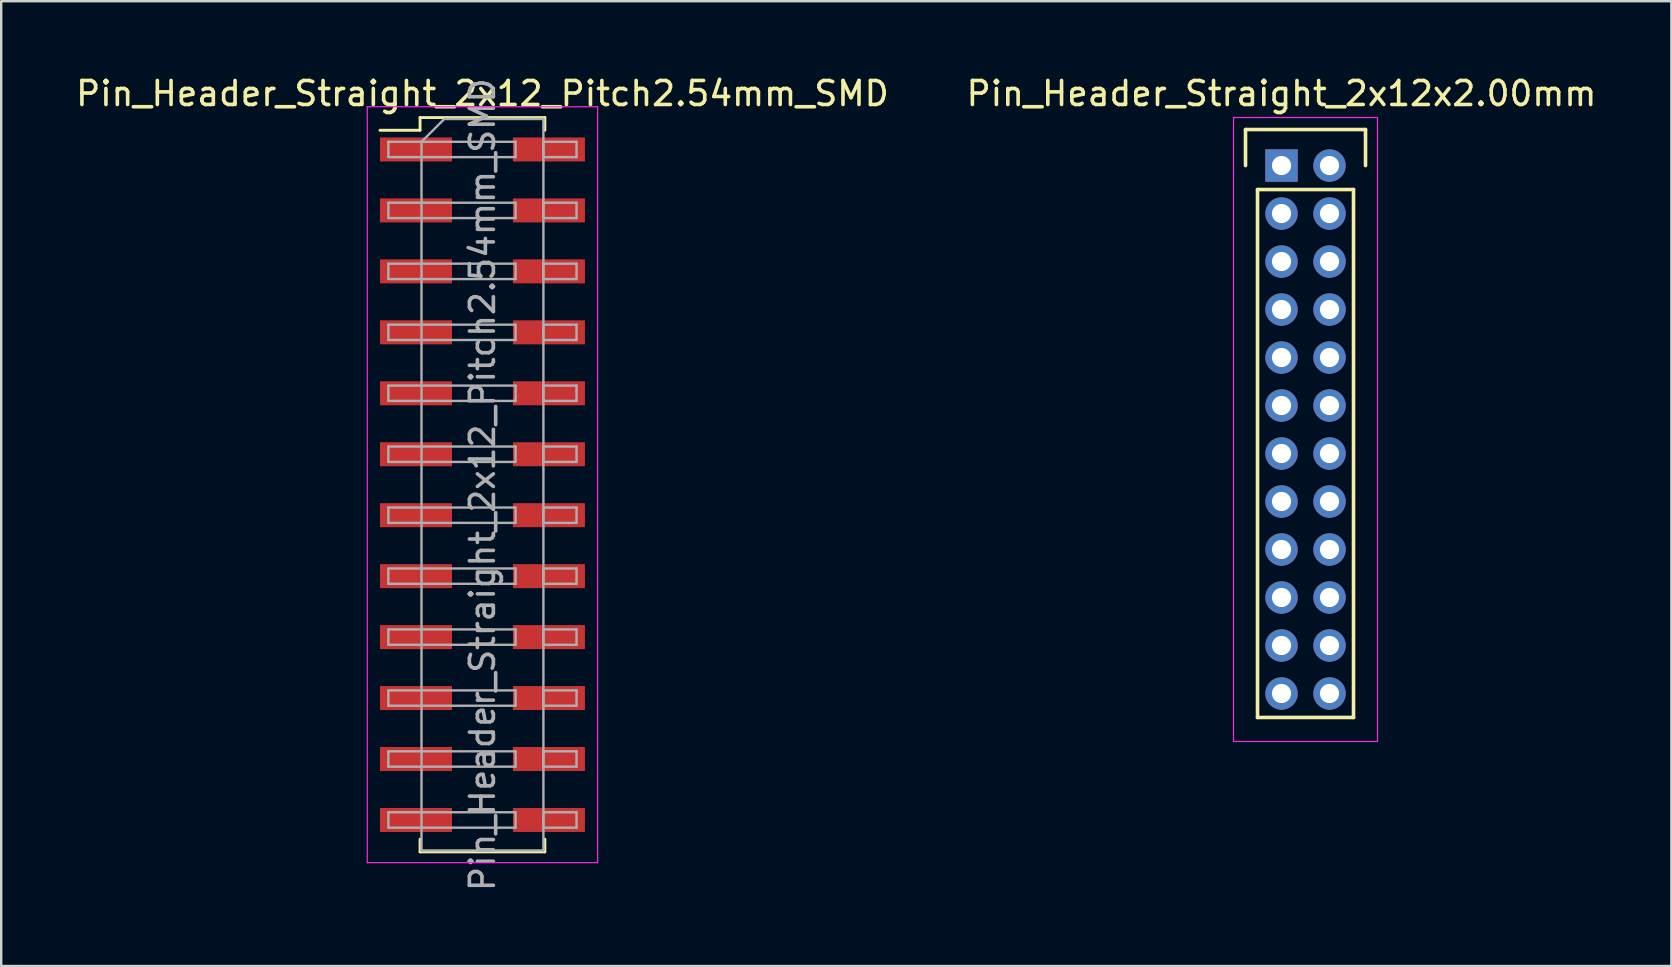
<source format=kicad_pcb>
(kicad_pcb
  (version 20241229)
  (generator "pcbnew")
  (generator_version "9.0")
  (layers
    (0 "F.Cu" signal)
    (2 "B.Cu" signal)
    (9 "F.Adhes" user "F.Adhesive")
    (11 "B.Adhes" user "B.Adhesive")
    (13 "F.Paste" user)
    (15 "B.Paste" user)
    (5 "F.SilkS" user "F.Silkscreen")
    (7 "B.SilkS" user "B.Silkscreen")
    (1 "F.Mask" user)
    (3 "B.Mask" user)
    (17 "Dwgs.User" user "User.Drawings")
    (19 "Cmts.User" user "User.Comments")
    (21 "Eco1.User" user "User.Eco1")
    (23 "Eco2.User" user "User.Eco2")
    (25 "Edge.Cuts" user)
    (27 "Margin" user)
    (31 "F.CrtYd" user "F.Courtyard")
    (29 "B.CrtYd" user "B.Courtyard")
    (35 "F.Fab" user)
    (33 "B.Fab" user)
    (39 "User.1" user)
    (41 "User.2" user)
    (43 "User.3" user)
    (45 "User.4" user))
  (footprint "Pin_Header_Straight_2x12_Pitch2.54mm_SMD"
    (layer "F.Cu")
    (at 17.054 17.148)
    (property "Reference" "Pin_Header_Straight_2x12_Pitch2.54mm_SMD" (at 0 -16.3 0) (layer "F.SilkS") (effects (font (size 1 1) (thickness 0.15))))
    (attr smd)
    (fp_line (start -4.27 -14.77) (end -2.6 -14.77) (stroke (width 0.12) (type solid)) (layer "F.SilkS"))
    (fp_line (start -2.6 -15.3) (end 2.6 -15.3) (stroke (width 0.12) (type solid)) (layer "F.SilkS"))
    (fp_line (start -2.6 -14.77) (end -2.6 -15.3) (stroke (width 0.12) (type solid)) (layer "F.SilkS"))
    (fp_line (start -2.6 14.77) (end -2.6 15.3) (stroke (width 0.12) (type solid)) (layer "F.SilkS"))
    (fp_line (start -2.6 15.3) (end 2.6 15.3) (stroke (width 0.12) (type solid)) (layer "F.SilkS"))
    (fp_line (start 2.6 -15.3) (end 2.6 -14.77) (stroke (width 0.12) (type solid)) (layer "F.SilkS"))
    (fp_line (start 2.6 15.3) (end 2.6 14.77) (stroke (width 0.12) (type solid)) (layer "F.SilkS"))
    (fp_line (start -4.8 -15.75) (end -4.8 15.75) (stroke (width 0.05) (type solid)) (layer "F.CrtYd"))
    (fp_line (start -4.8 15.75) (end 4.8 15.75) (stroke (width 0.05) (type solid)) (layer "F.CrtYd"))
    (fp_line (start 4.8 -15.75) (end -4.8 -15.75) (stroke (width 0.05) (type solid)) (layer "F.CrtYd"))
    (fp_line (start 4.8 15.75) (end 4.8 -15.75) (stroke (width 0.05) (type solid)) (layer "F.CrtYd"))
    (fp_line (start -3.92 -14.29) (end -3.92 -13.65) (stroke (width 0.1) (type solid)) (layer "F.Fab"))
    (fp_line (start -3.92 -13.65) (end -2.54 -13.65) (stroke (width 0.1) (type solid)) (layer "F.Fab"))
    (fp_line (start -3.92 -11.75) (end -3.92 -11.11) (stroke (width 0.1) (type solid)) (layer "F.Fab"))
    (fp_line (start -3.92 -11.11) (end -2.54 -11.11) (stroke (width 0.1) (type solid)) (layer "F.Fab"))
    (fp_line (start -3.92 -9.21) (end -3.92 -8.57) (stroke (width 0.1) (type solid)) (layer "F.Fab"))
    (fp_line (start -3.92 -8.57) (end -2.54 -8.57) (stroke (width 0.1) (type solid)) (layer "F.Fab"))
    (fp_line (start -3.92 -6.67) (end -3.92 -6.03) (stroke (width 0.1) (type solid)) (layer "F.Fab"))
    (fp_line (start -3.92 -6.03) (end -2.54 -6.03) (stroke (width 0.1) (type solid)) (layer "F.Fab"))
    (fp_line (start -3.92 -4.13) (end -3.92 -3.49) (stroke (width 0.1) (type solid)) (layer "F.Fab"))
    (fp_line (start -3.92 -3.49) (end -2.54 -3.49) (stroke (width 0.1) (type solid)) (layer "F.Fab"))
    (fp_line (start -3.92 -1.59) (end -3.92 -0.95) (stroke (width 0.1) (type solid)) (layer "F.Fab"))
    (fp_line (start -3.92 -0.95) (end -2.54 -0.95) (stroke (width 0.1) (type solid)) (layer "F.Fab"))
    (fp_line (start -3.92 0.95) (end -3.92 1.59) (stroke (width 0.1) (type solid)) (layer "F.Fab"))
    (fp_line (start -3.92 1.59) (end -2.54 1.59) (stroke (width 0.1) (type solid)) (layer "F.Fab"))
    (fp_line (start -3.92 3.49) (end -3.92 4.13) (stroke (width 0.1) (type solid)) (layer "F.Fab"))
    (fp_line (start -3.92 4.13) (end -2.54 4.13) (stroke (width 0.1) (type solid)) (layer "F.Fab"))
    (fp_line (start -3.92 6.03) (end -3.92 6.67) (stroke (width 0.1) (type solid)) (layer "F.Fab"))
    (fp_line (start -3.92 6.67) (end -2.54 6.67) (stroke (width 0.1) (type solid)) (layer "F.Fab"))
    (fp_line (start -3.92 8.57) (end -3.92 9.21) (stroke (width 0.1) (type solid)) (layer "F.Fab"))
    (fp_line (start -3.92 9.21) (end -2.54 9.21) (stroke (width 0.1) (type solid)) (layer "F.Fab"))
    (fp_line (start -3.92 11.11) (end -3.92 11.75) (stroke (width 0.1) (type solid)) (layer "F.Fab"))
    (fp_line (start -3.92 11.75) (end -2.54 11.75) (stroke (width 0.1) (type solid)) (layer "F.Fab"))
    (fp_line (start -3.92 13.65) (end -3.92 14.29) (stroke (width 0.1) (type solid)) (layer "F.Fab"))
    (fp_line (start -3.92 14.29) (end -2.54 14.29) (stroke (width 0.1) (type solid)) (layer "F.Fab"))
    (fp_line (start -2.54 -14.29) (end -3.92 -14.29) (stroke (width 0.1) (type solid)) (layer "F.Fab"))
    (fp_line (start -2.54 -14.29) (end -1.59 -15.24) (stroke (width 0.1) (type solid)) (layer "F.Fab"))
    (fp_line (start -2.54 -14.29) (end 1.38 -14.29) (stroke (width 0.1) (type solid)) (layer "F.Fab"))
    (fp_line (start -2.54 -11.75) (end -3.92 -11.75) (stroke (width 0.1) (type solid)) (layer "F.Fab"))
    (fp_line (start -2.54 -11.75) (end 1.38 -11.75) (stroke (width 0.1) (type solid)) (layer "F.Fab"))
    (fp_line (start -2.54 -9.21) (end -3.92 -9.21) (stroke (width 0.1) (type solid)) (layer "F.Fab"))
    (fp_line (start -2.54 -9.21) (end 1.38 -9.21) (stroke (width 0.1) (type solid)) (layer "F.Fab"))
    (fp_line (start -2.54 -6.67) (end -3.92 -6.67) (stroke (width 0.1) (type solid)) (layer "F.Fab"))
    (fp_line (start -2.54 -6.67) (end 1.38 -6.67) (stroke (width 0.1) (type solid)) (layer "F.Fab"))
    (fp_line (start -2.54 -4.13) (end -3.92 -4.13) (stroke (width 0.1) (type solid)) (layer "F.Fab"))
    (fp_line (start -2.54 -4.13) (end 1.38 -4.13) (stroke (width 0.1) (type solid)) (layer "F.Fab"))
    (fp_line (start -2.54 -1.59) (end -3.92 -1.59) (stroke (width 0.1) (type solid)) (layer "F.Fab"))
    (fp_line (start -2.54 -1.59) (end 1.38 -1.59) (stroke (width 0.1) (type solid)) (layer "F.Fab"))
    (fp_line (start -2.54 0.95) (end -3.92 0.95) (stroke (width 0.1) (type solid)) (layer "F.Fab"))
    (fp_line (start -2.54 0.95) (end 1.38 0.95) (stroke (width 0.1) (type solid)) (layer "F.Fab"))
    (fp_line (start -2.54 3.49) (end -3.92 3.49) (stroke (width 0.1) (type solid)) (layer "F.Fab"))
    (fp_line (start -2.54 3.49) (end 1.38 3.49) (stroke (width 0.1) (type solid)) (layer "F.Fab"))
    (fp_line (start -2.54 6.03) (end -3.92 6.03) (stroke (width 0.1) (type solid)) (layer "F.Fab"))
    (fp_line (start -2.54 6.03) (end 1.38 6.03) (stroke (width 0.1) (type solid)) (layer "F.Fab"))
    (fp_line (start -2.54 8.57) (end -3.92 8.57) (stroke (width 0.1) (type solid)) (layer "F.Fab"))
    (fp_line (start -2.54 8.57) (end 1.38 8.57) (stroke (width 0.1) (type solid)) (layer "F.Fab"))
    (fp_line (start -2.54 11.11) (end -3.92 11.11) (stroke (width 0.1) (type solid)) (layer "F.Fab"))
    (fp_line (start -2.54 11.11) (end 1.38 11.11) (stroke (width 0.1) (type solid)) (layer "F.Fab"))
    (fp_line (start -2.54 13.65) (end -3.92 13.65) (stroke (width 0.1) (type solid)) (layer "F.Fab"))
    (fp_line (start -2.54 13.65) (end 1.38 13.65) (stroke (width 0.1) (type solid)) (layer "F.Fab"))
    (fp_line (start -2.54 15.24) (end -2.54 -14.29) (stroke (width 0.1) (type solid)) (layer "F.Fab"))
    (fp_line (start -1.59 -15.24) (end 2.54 -15.24) (stroke (width 0.1) (type solid)) (layer "F.Fab"))
    (fp_line (start 1.38 -14.29) (end 1.38 -13.65) (stroke (width 0.1) (type solid)) (layer "F.Fab"))
    (fp_line (start 1.38 -13.65) (end -2.54 -13.65) (stroke (width 0.1) (type solid)) (layer "F.Fab"))
    (fp_line (start 1.38 -11.75) (end 1.38 -11.11) (stroke (width 0.1) (type solid)) (layer "F.Fab"))
    (fp_line (start 1.38 -11.11) (end -2.54 -11.11) (stroke (width 0.1) (type solid)) (layer "F.Fab"))
    (fp_line (start 1.38 -9.21) (end 1.38 -8.57) (stroke (width 0.1) (type solid)) (layer "F.Fab"))
    (fp_line (start 1.38 -8.57) (end -2.54 -8.57) (stroke (width 0.1) (type solid)) (layer "F.Fab"))
    (fp_line (start 1.38 -6.67) (end 1.38 -6.03) (stroke (width 0.1) (type solid)) (layer "F.Fab"))
    (fp_line (start 1.38 -6.03) (end -2.54 -6.03) (stroke (width 0.1) (type solid)) (layer "F.Fab"))
    (fp_line (start 1.38 -4.13) (end 1.38 -3.49) (stroke (width 0.1) (type solid)) (layer "F.Fab"))
    (fp_line (start 1.38 -3.49) (end -2.54 -3.49) (stroke (width 0.1) (type solid)) (layer "F.Fab"))
    (fp_line (start 1.38 -1.59) (end 1.38 -0.95) (stroke (width 0.1) (type solid)) (layer "F.Fab"))
    (fp_line (start 1.38 -0.95) (end -2.54 -0.95) (stroke (width 0.1) (type solid)) (layer "F.Fab"))
    (fp_line (start 1.38 0.95) (end 1.38 1.59) (stroke (width 0.1) (type solid)) (layer "F.Fab"))
    (fp_line (start 1.38 1.59) (end -2.54 1.59) (stroke (width 0.1) (type solid)) (layer "F.Fab"))
    (fp_line (start 1.38 3.49) (end 1.38 4.13) (stroke (width 0.1) (type solid)) (layer "F.Fab"))
    (fp_line (start 1.38 4.13) (end -2.54 4.13) (stroke (width 0.1) (type solid)) (layer "F.Fab"))
    (fp_line (start 1.38 6.03) (end 1.38 6.67) (stroke (width 0.1) (type solid)) (layer "F.Fab"))
    (fp_line (start 1.38 6.67) (end -2.54 6.67) (stroke (width 0.1) (type solid)) (layer "F.Fab"))
    (fp_line (start 1.38 8.57) (end 1.38 9.21) (stroke (width 0.1) (type solid)) (layer "F.Fab"))
    (fp_line (start 1.38 9.21) (end -2.54 9.21) (stroke (width 0.1) (type solid)) (layer "F.Fab"))
    (fp_line (start 1.38 11.11) (end 1.38 11.75) (stroke (width 0.1) (type solid)) (layer "F.Fab"))
    (fp_line (start 1.38 11.75) (end -2.54 11.75) (stroke (width 0.1) (type solid)) (layer "F.Fab"))
    (fp_line (start 1.38 13.65) (end 1.38 14.29) (stroke (width 0.1) (type solid)) (layer "F.Fab"))
    (fp_line (start 1.38 14.29) (end -2.54 14.29) (stroke (width 0.1) (type solid)) (layer "F.Fab"))
    (fp_line (start 2.54 -15.24) (end 2.54 15.24) (stroke (width 0.1) (type solid)) (layer "F.Fab"))
    (fp_line (start 2.54 -14.29) (end 2.54 -13.65) (stroke (width 0.1) (type solid)) (layer "F.Fab"))
    (fp_line (start 2.54 -13.65) (end 3.92 -13.65) (stroke (width 0.1) (type solid)) (layer "F.Fab"))
    (fp_line (start 2.54 -11.75) (end 2.54 -11.11) (stroke (width 0.1) (type solid)) (layer "F.Fab"))
    (fp_line (start 2.54 -11.11) (end 3.92 -11.11) (stroke (width 0.1) (type solid)) (layer "F.Fab"))
    (fp_line (start 2.54 -9.21) (end 2.54 -8.57) (stroke (width 0.1) (type solid)) (layer "F.Fab"))
    (fp_line (start 2.54 -8.57) (end 3.92 -8.57) (stroke (width 0.1) (type solid)) (layer "F.Fab"))
    (fp_line (start 2.54 -6.67) (end 2.54 -6.03) (stroke (width 0.1) (type solid)) (layer "F.Fab"))
    (fp_line (start 2.54 -6.03) (end 3.92 -6.03) (stroke (width 0.1) (type solid)) (layer "F.Fab"))
    (fp_line (start 2.54 -4.13) (end 2.54 -3.49) (stroke (width 0.1) (type solid)) (layer "F.Fab"))
    (fp_line (start 2.54 -3.49) (end 3.92 -3.49) (stroke (width 0.1) (type solid)) (layer "F.Fab"))
    (fp_line (start 2.54 -1.59) (end 2.54 -0.95) (stroke (width 0.1) (type solid)) (layer "F.Fab"))
    (fp_line (start 2.54 -0.95) (end 3.92 -0.95) (stroke (width 0.1) (type solid)) (layer "F.Fab"))
    (fp_line (start 2.54 0.95) (end 2.54 1.59) (stroke (width 0.1) (type solid)) (layer "F.Fab"))
    (fp_line (start 2.54 1.59) (end 3.92 1.59) (stroke (width 0.1) (type solid)) (layer "F.Fab"))
    (fp_line (start 2.54 3.49) (end 2.54 4.13) (stroke (width 0.1) (type solid)) (layer "F.Fab"))
    (fp_line (start 2.54 4.13) (end 3.92 4.13) (stroke (width 0.1) (type solid)) (layer "F.Fab"))
    (fp_line (start 2.54 6.03) (end 2.54 6.67) (stroke (width 0.1) (type solid)) (layer "F.Fab"))
    (fp_line (start 2.54 6.67) (end 3.92 6.67) (stroke (width 0.1) (type solid)) (layer "F.Fab"))
    (fp_line (start 2.54 8.57) (end 2.54 9.21) (stroke (width 0.1) (type solid)) (layer "F.Fab"))
    (fp_line (start 2.54 9.21) (end 3.92 9.21) (stroke (width 0.1) (type solid)) (layer "F.Fab"))
    (fp_line (start 2.54 11.11) (end 2.54 11.75) (stroke (width 0.1) (type solid)) (layer "F.Fab"))
    (fp_line (start 2.54 11.75) (end 3.92 11.75) (stroke (width 0.1) (type solid)) (layer "F.Fab"))
    (fp_line (start 2.54 13.65) (end 2.54 14.29) (stroke (width 0.1) (type solid)) (layer "F.Fab"))
    (fp_line (start 2.54 14.29) (end 3.92 14.29) (stroke (width 0.1) (type solid)) (layer "F.Fab"))
    (fp_line (start 2.54 15.24) (end -2.54 15.24) (stroke (width 0.1) (type solid)) (layer "F.Fab"))
    (fp_line (start 3.92 -14.29) (end 2.54 -14.29) (stroke (width 0.1) (type solid)) (layer "F.Fab"))
    (fp_line (start 3.92 -13.65) (end 3.92 -14.29) (stroke (width 0.1) (type solid)) (layer "F.Fab"))
    (fp_line (start 3.92 -11.75) (end 2.54 -11.75) (stroke (width 0.1) (type solid)) (layer "F.Fab"))
    (fp_line (start 3.92 -11.11) (end 3.92 -11.75) (stroke (width 0.1) (type solid)) (layer "F.Fab"))
    (fp_line (start 3.92 -9.21) (end 2.54 -9.21) (stroke (width 0.1) (type solid)) (layer "F.Fab"))
    (fp_line (start 3.92 -8.57) (end 3.92 -9.21) (stroke (width 0.1) (type solid)) (layer "F.Fab"))
    (fp_line (start 3.92 -6.67) (end 2.54 -6.67) (stroke (width 0.1) (type solid)) (layer "F.Fab"))
    (fp_line (start 3.92 -6.03) (end 3.92 -6.67) (stroke (width 0.1) (type solid)) (layer "F.Fab"))
    (fp_line (start 3.92 -4.13) (end 2.54 -4.13) (stroke (width 0.1) (type solid)) (layer "F.Fab"))
    (fp_line (start 3.92 -3.49) (end 3.92 -4.13) (stroke (width 0.1) (type solid)) (layer "F.Fab"))
    (fp_line (start 3.92 -1.59) (end 2.54 -1.59) (stroke (width 0.1) (type solid)) (layer "F.Fab"))
    (fp_line (start 3.92 -0.95) (end 3.92 -1.59) (stroke (width 0.1) (type solid)) (layer "F.Fab"))
    (fp_line (start 3.92 0.95) (end 2.54 0.95) (stroke (width 0.1) (type solid)) (layer "F.Fab"))
    (fp_line (start 3.92 1.59) (end 3.92 0.95) (stroke (width 0.1) (type solid)) (layer "F.Fab"))
    (fp_line (start 3.92 3.49) (end 2.54 3.49) (stroke (width 0.1) (type solid)) (layer "F.Fab"))
    (fp_line (start 3.92 4.13) (end 3.92 3.49) (stroke (width 0.1) (type solid)) (layer "F.Fab"))
    (fp_line (start 3.92 6.03) (end 2.54 6.03) (stroke (width 0.1) (type solid)) (layer "F.Fab"))
    (fp_line (start 3.92 6.67) (end 3.92 6.03) (stroke (width 0.1) (type solid)) (layer "F.Fab"))
    (fp_line (start 3.92 8.57) (end 2.54 8.57) (stroke (width 0.1) (type solid)) (layer "F.Fab"))
    (fp_line (start 3.92 9.21) (end 3.92 8.57) (stroke (width 0.1) (type solid)) (layer "F.Fab"))
    (fp_line (start 3.92 11.11) (end 2.54 11.11) (stroke (width 0.1) (type solid)) (layer "F.Fab"))
    (fp_line (start 3.92 11.75) (end 3.92 11.11) (stroke (width 0.1) (type solid)) (layer "F.Fab"))
    (fp_line (start 3.92 13.65) (end 2.54 13.65) (stroke (width 0.1) (type solid)) (layer "F.Fab"))
    (fp_line (start 3.92 14.29) (end 3.92 13.65) (stroke (width 0.1) (type solid)) (layer "F.Fab"))
    (fp_text user "${REFERENCE}" (at 0 0 90) (layer "F.Fab") (effects (font (size 1 1) (thickness 0.15))))
    (pad "1" smd rect (at -2.77 -13.97) (size 3 1) (layers "F.Cu" "F.Mask" "F.Paste"))
    (pad "2" smd rect (at 2.77 -13.97) (size 3 1) (layers "F.Cu" "F.Mask" "F.Paste"))
    (pad "3" smd rect (at -2.77 -11.43) (size 3 1) (layers "F.Cu" "F.Mask" "F.Paste"))
    (pad "4" smd rect (at 2.77 -11.43) (size 3 1) (layers "F.Cu" "F.Mask" "F.Paste"))
    (pad "5" smd rect (at -2.77 -8.89) (size 3 1) (layers "F.Cu" "F.Mask" "F.Paste"))
    (pad "6" smd rect (at 2.77 -8.89) (size 3 1) (layers "F.Cu" "F.Mask" "F.Paste"))
    (pad "7" smd rect (at -2.77 -6.35) (size 3 1) (layers "F.Cu" "F.Mask" "F.Paste"))
    (pad "8" smd rect (at 2.77 -6.35) (size 3 1) (layers "F.Cu" "F.Mask" "F.Paste"))
    (pad "9" smd rect (at -2.77 -3.81) (size 3 1) (layers "F.Cu" "F.Mask" "F.Paste"))
    (pad "10" smd rect (at 2.77 -3.81) (size 3 1) (layers "F.Cu" "F.Mask" "F.Paste"))
    (pad "11" smd rect (at -2.77 -1.27) (size 3 1) (layers "F.Cu" "F.Mask" "F.Paste"))
    (pad "12" smd rect (at 2.77 -1.27) (size 3 1) (layers "F.Cu" "F.Mask" "F.Paste"))
    (pad "13" smd rect (at -2.77 1.27) (size 3 1) (layers "F.Cu" "F.Mask" "F.Paste"))
    (pad "14" smd rect (at 2.77 1.27) (size 3 1) (layers "F.Cu" "F.Mask" "F.Paste"))
    (pad "15" smd rect (at -2.77 3.81) (size 3 1) (layers "F.Cu" "F.Mask" "F.Paste"))
    (pad "16" smd rect (at 2.77 3.81) (size 3 1) (layers "F.Cu" "F.Mask" "F.Paste"))
    (pad "17" smd rect (at -2.77 6.35) (size 3 1) (layers "F.Cu" "F.Mask" "F.Paste"))
    (pad "18" smd rect (at 2.77 6.35) (size 3 1) (layers "F.Cu" "F.Mask" "F.Paste"))
    (pad "19" smd rect (at -2.77 8.89) (size 3 1) (layers "F.Cu" "F.Mask" "F.Paste"))
    (pad "20" smd rect (at 2.77 8.89) (size 3 1) (layers "F.Cu" "F.Mask" "F.Paste"))
    (pad "21" smd rect (at -2.77 11.43) (size 3 1) (layers "F.Cu" "F.Mask" "F.Paste"))
    (pad "22" smd rect (at 2.77 11.43) (size 3 1) (layers "F.Cu" "F.Mask" "F.Paste"))
    (pad "23" smd rect (at -2.77 13.97) (size 3 1) (layers "F.Cu" "F.Mask" "F.Paste"))
    (pad "24" smd rect (at 2.77 13.97) (size 3 1) (layers "F.Cu" "F.Mask" "F.Paste")))
  (footprint "Pin_Header_Straight_2x12x2.00mm"
    (layer "F.Cu")
    (at 50.351 3.848)
    (property "Reference" "Pin_Header_Straight_2x12x2.00mm" (at 0 -3 0) (layer "F.SilkS") (effects (font (size 1 1) (thickness 0.15))))
    (attr through_hole)
    (fp_line (start -1.5 -1.5) (end 3.5 -1.5) (stroke (width 0.15) (type solid)) (layer "F.SilkS"))
    (fp_line (start -1.5 0) (end -1.5 -1.5) (stroke (width 0.15) (type solid)) (layer "F.SilkS"))
    (fp_line (start -1 1) (end 3 1) (stroke (width 0.15) (type solid)) (layer "F.SilkS"))
    (fp_line (start -1 23) (end -1 1) (stroke (width 0.15) (type solid)) (layer "F.SilkS"))
    (fp_line (start 3 1) (end 3 23) (stroke (width 0.15) (type solid)) (layer "F.SilkS"))
    (fp_line (start 3 23) (end -1 23) (stroke (width 0.15) (type solid)) (layer "F.SilkS"))
    (fp_line (start 3.5 -1.5) (end 3.5 0) (stroke (width 0.15) (type solid)) (layer "F.SilkS"))
    (fp_line (start -2 -2) (end 4 -2) (stroke (width 0.05) (type solid)) (layer "F.CrtYd"))
    (fp_line (start -2 24) (end -2 -2) (stroke (width 0.05) (type solid)) (layer "F.CrtYd"))
    (fp_line (start 4 -2) (end 4 24) (stroke (width 0.05) (type solid)) (layer "F.CrtYd"))
    (fp_line (start 4 24) (end -2 24) (stroke (width 0.05) (type solid)) (layer "F.CrtYd"))
    (pad "1" thru_hole rect (at 0 0) (size 1.35 1.35) (drill 0.8) (layers "*.Cu" "*.Mask"))
    (pad "2" thru_hole circle (at 2 0) (size 1.35 1.35) (drill 0.8) (layers "*.Cu" "*.Mask"))
    (pad "3" thru_hole circle (at 0 2) (size 1.35 1.35) (drill 0.8) (layers "*.Cu" "*.Mask"))
    (pad "4" thru_hole circle (at 2 2) (size 1.35 1.35) (drill 0.8) (layers "*.Cu" "*.Mask"))
    (pad "5" thru_hole circle (at 0 4) (size 1.35 1.35) (drill 0.8) (layers "*.Cu" "*.Mask"))
    (pad "6" thru_hole circle (at 2 4) (size 1.35 1.35) (drill 0.8) (layers "*.Cu" "*.Mask"))
    (pad "7" thru_hole circle (at 0 6) (size 1.35 1.35) (drill 0.8) (layers "*.Cu" "*.Mask"))
    (pad "8" thru_hole circle (at 2 6) (size 1.35 1.35) (drill 0.8) (layers "*.Cu" "*.Mask"))
    (pad "9" thru_hole circle (at 0 8) (size 1.35 1.35) (drill 0.8) (layers "*.Cu" "*.Mask"))
    (pad "10" thru_hole circle (at 2 8) (size 1.35 1.35) (drill 0.8) (layers "*.Cu" "*.Mask"))
    (pad "11" thru_hole circle (at 0 10) (size 1.35 1.35) (drill 0.8) (layers "*.Cu" "*.Mask"))
    (pad "12" thru_hole circle (at 2 10) (size 1.35 1.35) (drill 0.8) (layers "*.Cu" "*.Mask"))
    (pad "13" thru_hole circle (at 0 12) (size 1.35 1.35) (drill 0.8) (layers "*.Cu" "*.Mask"))
    (pad "14" thru_hole circle (at 2 12) (size 1.35 1.35) (drill 0.8) (layers "*.Cu" "*.Mask"))
    (pad "15" thru_hole circle (at 0 14) (size 1.35 1.35) (drill 0.8) (layers "*.Cu" "*.Mask"))
    (pad "16" thru_hole circle (at 2 14) (size 1.35 1.35) (drill 0.8) (layers "*.Cu" "*.Mask"))
    (pad "17" thru_hole circle (at 0 16) (size 1.35 1.35) (drill 0.8) (layers "*.Cu" "*.Mask"))
    (pad "18" thru_hole circle (at 2 16) (size 1.35 1.35) (drill 0.8) (layers "*.Cu" "*.Mask"))
    (pad "19" thru_hole circle (at 0 18) (size 1.35 1.35) (drill 0.8) (layers "*.Cu" "*.Mask"))
    (pad "20" thru_hole circle (at 2 18) (size 1.35 1.35) (drill 0.8) (layers "*.Cu" "*.Mask"))
    (pad "21" thru_hole circle (at 0 20) (size 1.35 1.35) (drill 0.8) (layers "*.Cu" "*.Mask"))
    (pad "22" thru_hole circle (at 2 20) (size 1.35 1.35) (drill 0.8) (layers "*.Cu" "*.Mask"))
    (pad "23" thru_hole circle (at 0 22) (size 1.35 1.35) (drill 0.8) (layers "*.Cu" "*.Mask"))
    (pad "24" thru_hole circle (at 2 22) (size 1.35 1.35) (drill 0.8) (layers "*.Cu" "*.Mask")))
  (gr_rect
    (start -3 -3)
    (end 66.595 37.202)
    (stroke (width 0.1) (type default))
    (fill no)
    (layer "Edge.Cuts")))
</source>
